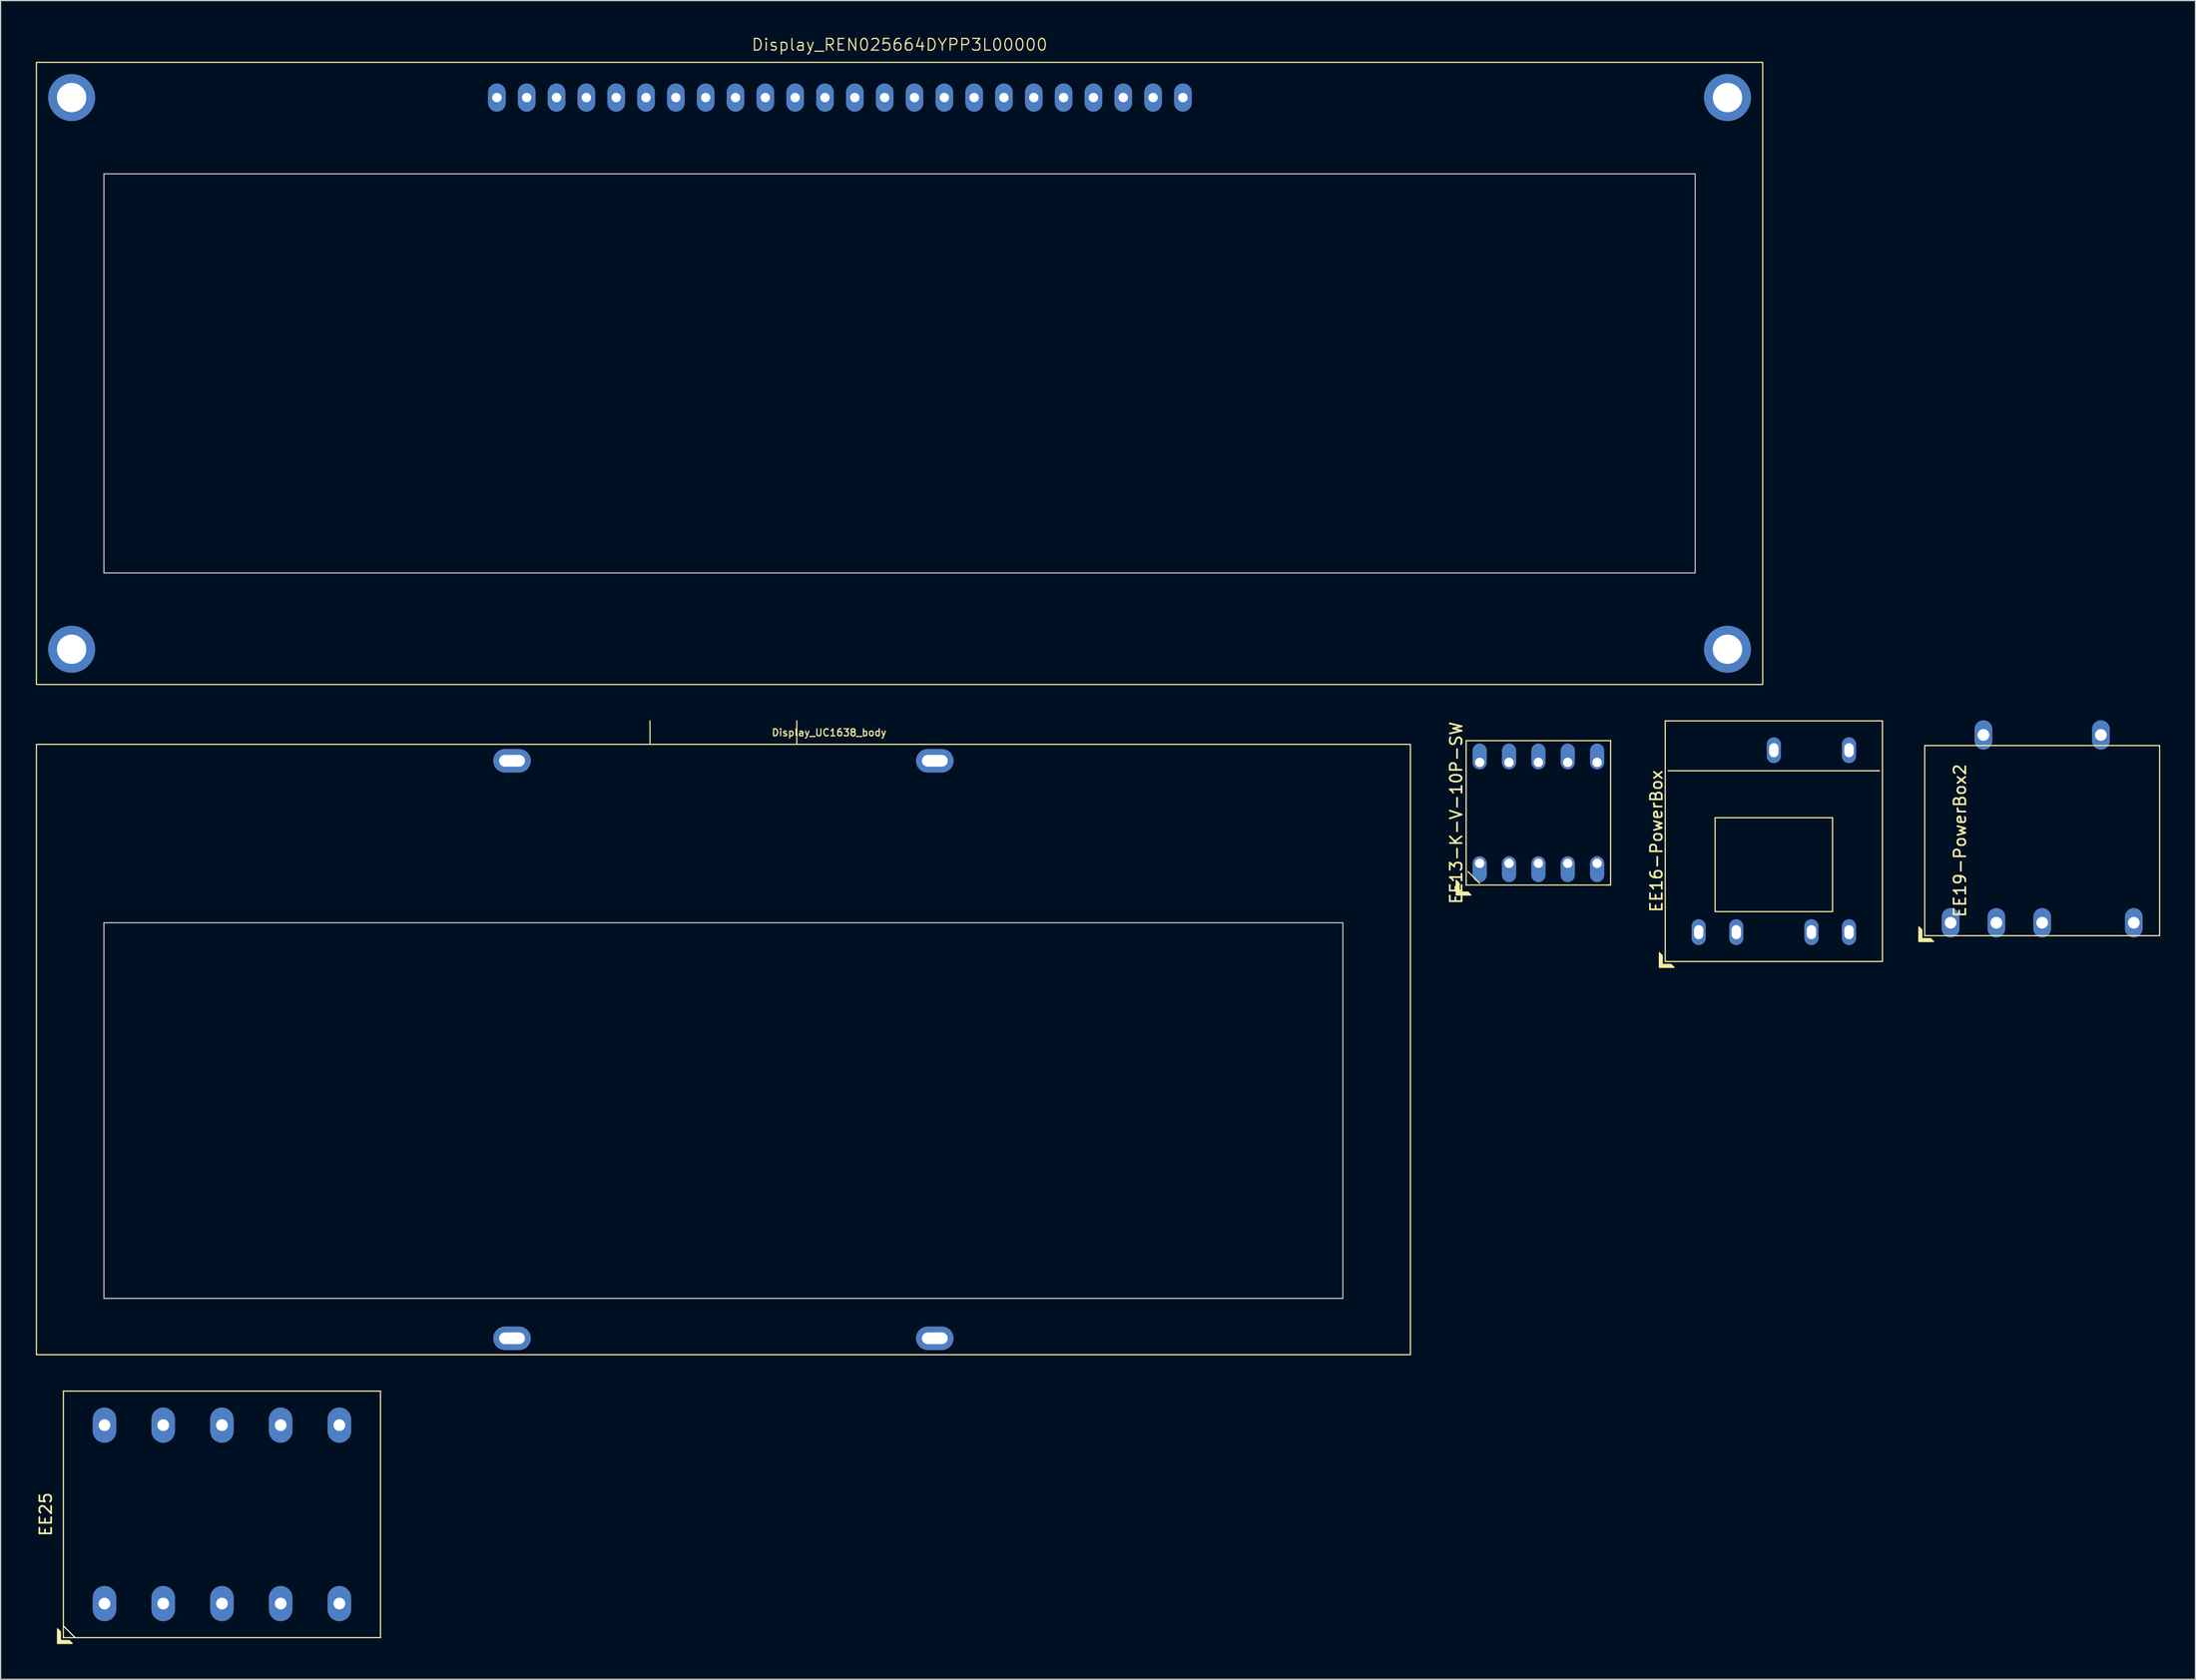
<source format=kicad_pcb>
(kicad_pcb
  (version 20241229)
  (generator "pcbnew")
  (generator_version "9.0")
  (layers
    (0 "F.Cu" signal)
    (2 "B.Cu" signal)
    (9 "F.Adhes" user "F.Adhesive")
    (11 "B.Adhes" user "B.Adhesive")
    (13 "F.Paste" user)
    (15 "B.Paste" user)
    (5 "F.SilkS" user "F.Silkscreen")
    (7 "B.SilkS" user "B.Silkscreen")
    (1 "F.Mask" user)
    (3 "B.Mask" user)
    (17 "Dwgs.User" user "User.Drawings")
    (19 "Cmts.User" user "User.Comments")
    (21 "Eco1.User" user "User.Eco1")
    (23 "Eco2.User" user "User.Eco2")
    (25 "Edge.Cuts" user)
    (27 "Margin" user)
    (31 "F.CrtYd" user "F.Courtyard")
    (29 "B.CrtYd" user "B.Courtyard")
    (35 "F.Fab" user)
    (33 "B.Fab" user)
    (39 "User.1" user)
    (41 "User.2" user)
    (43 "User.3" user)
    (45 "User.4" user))
  (footprint "Display_UC1638_body"
    (layer "F.Cu")
    (at 58.55 86.361)
    (property "Reference" "Display_UC1638_body" (at 9 -27 0) (unlocked yes) (layer "F.SilkS") (effects (font (size 0.6 0.6) (thickness 0.1))))
    (attr through_hole)
    (fp_line (start -6.25 -26) (end -6.25 -28) (stroke (width 0.1) (type default)) (layer "F.SilkS"))
    (fp_line (start 6.25 -26) (end 6.25 -28) (stroke (width 0.1) (type default)) (layer "F.SilkS"))
    (fp_rect (start -58.5 26) (end 58.5 -26) (stroke (width 0.1) (type default)) (fill no) (layer "F.SilkS"))
    (fp_rect (start -52.75 21.2) (end 52.75 -10.8) (stroke (width 0.1) (type default)) (fill no) (layer "Dwgs.User"))
    (pad "" thru_hole oval (at -18 24.6) (size 3.2 2) (drill oval 2.2 1) (layers "*.Cu" "*.Mask"))
    (pad "" thru_hole oval (at 18 24.6) (size 3.2 2) (drill oval 2.2 1) (layers "*.Cu" "*.Mask"))
    (pad "A" thru_hole oval (at 18 -24.6) (size 3.2 2) (drill oval 2.2 1) (layers "*.Cu" "*.Mask"))
    (pad "K" thru_hole oval (at -18 -24.6) (size 3.2 2) (drill oval 2.2 1) (layers "*.Cu" "*.Mask")))
  (footprint "Display_REN025664DYPP3L00000"
    (layer "F.Cu")
    (at 73.55 28.761)
    (property "Reference" "Display_REN025664DYPP3L00000" (at 0 -28 0) (unlocked yes) (layer "F.SilkS") (effects (font (size 1 1) (thickness 0.1))))
    (attr through_hole)
    (fp_rect (start -73.5 -26.5) (end 73.5 26.5) (stroke (width 0.1) (type default)) (fill no) (layer "F.SilkS"))
    (fp_rect (start -67.75 -17) (end 67.75 17) (stroke (width 0.1) (type default)) (fill no) (layer "Dwgs.User"))
    (pad "" np_thru_hole circle (at -70.5 -23.5) (size 4 4) (drill 2.5) (layers "*.Cu" "*.Mask"))
    (pad "" np_thru_hole circle (at -70.5 23.5) (size 4 4) (drill 2.5) (layers "*.Cu" "*.Mask"))
    (pad "" np_thru_hole circle (at 70.5 -23.5) (size 4 4) (drill 2.5) (layers "*.Cu" "*.Mask"))
    (pad "" np_thru_hole circle (at 70.5 23.5) (size 4 4) (drill 2.5) (layers "*.Cu" "*.Mask"))
    (pad "1" thru_hole oval (at 24.13 -23.5) (size 1.5 2.4) (drill 0.8) (layers "*.Cu" "*.Mask"))
    (pad "2" thru_hole oval (at 21.59 -23.5) (size 1.5 2.4) (drill 0.8) (layers "*.Cu" "*.Mask"))
    (pad "3" thru_hole oval (at 19.05 -23.5) (size 1.5 2.4) (drill 0.8) (layers "*.Cu" "*.Mask"))
    (pad "4" thru_hole oval (at 16.51 -23.5) (size 1.5 2.4) (drill 0.8) (layers "*.Cu" "*.Mask"))
    (pad "5" thru_hole oval (at 13.97 -23.5) (size 1.5 2.4) (drill 0.8) (layers "*.Cu" "*.Mask"))
    (pad "6" thru_hole oval (at 11.43 -23.5) (size 1.5 2.4) (drill 0.8) (layers "*.Cu" "*.Mask"))
    (pad "7" thru_hole oval (at 8.89 -23.5) (size 1.5 2.4) (drill 0.8) (layers "*.Cu" "*.Mask"))
    (pad "8" thru_hole oval (at 6.35 -23.5) (size 1.5 2.4) (drill 0.8) (layers "*.Cu" "*.Mask"))
    (pad "9" thru_hole oval (at 3.81 -23.5) (size 1.5 2.4) (drill 0.8) (layers "*.Cu" "*.Mask"))
    (pad "10" thru_hole oval (at 1.27 -23.5) (size 1.5 2.4) (drill 0.8) (layers "*.Cu" "*.Mask"))
    (pad "11" thru_hole oval (at -1.27 -23.5) (size 1.5 2.4) (drill 0.8) (layers "*.Cu" "*.Mask"))
    (pad "12" thru_hole oval (at -3.81 -23.5) (size 1.5 2.4) (drill 0.8) (layers "*.Cu" "*.Mask"))
    (pad "13" thru_hole oval (at -6.35 -23.5) (size 1.5 2.4) (drill 0.8) (layers "*.Cu" "*.Mask"))
    (pad "14" thru_hole oval (at -8.89 -23.5) (size 1.5 2.4) (drill 0.8) (layers "*.Cu" "*.Mask"))
    (pad "15" thru_hole oval (at -11.43 -23.5) (size 1.5 2.4) (drill 0.8) (layers "*.Cu" "*.Mask"))
    (pad "16" thru_hole oval (at -13.97 -23.5) (size 1.5 2.4) (drill 0.8) (layers "*.Cu" "*.Mask"))
    (pad "17" thru_hole oval (at -16.51 -23.5) (size 1.5 2.4) (drill 0.8) (layers "*.Cu" "*.Mask"))
    (pad "18" thru_hole oval (at -19.05 -23.5) (size 1.5 2.4) (drill 0.8) (layers "*.Cu" "*.Mask"))
    (pad "19" thru_hole oval (at -21.59 -23.5) (size 1.5 2.4) (drill 0.8) (layers "*.Cu" "*.Mask"))
    (pad "20" thru_hole oval (at -24.13 -23.5) (size 1.5 2.4) (drill 0.8) (layers "*.Cu" "*.Mask"))
    (pad "21" thru_hole oval (at -26.67 -23.5) (size 1.5 2.4) (drill 0.8) (layers "*.Cu" "*.Mask"))
    (pad "22" thru_hole oval (at -29.21 -23.5) (size 1.5 2.4) (drill 0.8) (layers "*.Cu" "*.Mask"))
    (pad "23" thru_hole oval (at -31.75 -23.5) (size 1.5 2.4) (drill 0.8) (layers "*.Cu" "*.Mask"))
    (pad "24" thru_hole oval (at -34.29 -23.5) (size 1.5 2.4) (drill 0.8) (layers "*.Cu" "*.Mask")))
  (footprint "EE13-K-V-10P-SW"
    (layer "F.Cu")
    (at 127.948 66.197)
    (property "Reference" "EE13-K-V-10P-SW" (at -7 0 90) (layer "F.SilkS") (effects (font (size 1 1) (thickness 0.15))))
    (attr through_hole)
    (fp_line (start -6.15 -6.15) (end -6.15 6.15) (stroke (width 0.1) (type solid)) (layer "F.SilkS"))
    (fp_line (start -6.15 6.15) (end 6.15 6.15) (stroke (width 0.1) (type solid)) (layer "F.SilkS"))
    (fp_line (start -6 5) (end -5 6) (stroke (width 0.1) (type solid)) (layer "F.SilkS"))
    (fp_line (start 6.15 -6.15) (end -6.15 -6.15) (stroke (width 0.1) (type solid)) (layer "F.SilkS"))
    (fp_line (start 6.15 6.15) (end 6.15 -6.15) (stroke (width 0.1) (type solid)) (layer "F.SilkS"))
    (fp_poly (pts (xy -6.75 6) (xy -6.75 6.75) (xy -6 6.75) (xy -5.75 7) (xy -7 7) (xy -7 5.75)) (stroke (width 0.1) (type solid)) (fill yes) (layer "F.SilkS"))
    (pad "1" thru_hole oval (at -5 4.3) (size 1.2 2.2) (drill 0.8 (offset 0 0.5)) (layers "*.Cu" "*.Mask"))
    (pad "2" thru_hole oval (at -2.5 4.3) (size 1.2 2.2) (drill 0.8 (offset 0 0.5)) (layers "*.Cu" "*.Mask"))
    (pad "3" thru_hole oval (at 0 4.3) (size 1.2 2.2) (drill 0.8 (offset 0 0.5)) (layers "*.Cu" "*.Mask"))
    (pad "4" thru_hole oval (at 2.5 4.3) (size 1.2 2.2) (drill 0.8 (offset 0 0.5)) (layers "*.Cu" "*.Mask"))
    (pad "5" thru_hole oval (at 5 4.3) (size 1.2 2.2) (drill 0.8 (offset 0 0.5)) (layers "*.Cu" "*.Mask"))
    (pad "6" thru_hole oval (at 5 -4.3 180) (size 1.2 2.2) (drill 0.8 (offset 0 0.5)) (layers "*.Cu" "*.Mask"))
    (pad "7" thru_hole oval (at 2.5 -4.3 180) (size 1.2 2.2) (drill 0.8 (offset 0 0.5)) (layers "*.Cu" "*.Mask"))
    (pad "8" thru_hole oval (at 0 -4.3 180) (size 1.2 2.2) (drill 0.8 (offset 0 0.5)) (layers "*.Cu" "*.Mask"))
    (pad "9" thru_hole oval (at -2.5 -4.3 180) (size 1.2 2.2) (drill 0.8 (offset 0 0.5)) (layers "*.Cu" "*.Mask"))
    (pad "10" thru_hole oval (at -5 -4.3 180) (size 1.2 2.2) (drill 0.8 (offset 0 0.5)) (layers "*.Cu" "*.Mask")))
  (footprint "EE25"
    (layer "F.Cu")
    (at 15.848 125.96)
    (property "Reference" "EE25" (at -15 0 90) (layer "F.SilkS") (effects (font (size 1 1) (thickness 0.15))))
    (attr through_hole)
    (fp_line (start -13.5 -10.5) (end -13.5 10.5) (stroke (width 0.1) (type solid)) (layer "F.SilkS"))
    (fp_line (start -13.5 9.5) (end -12.5 10.5) (stroke (width 0.1) (type solid)) (layer "F.SilkS"))
    (fp_line (start -13.5 10.5) (end 13.5 10.5) (stroke (width 0.1) (type solid)) (layer "F.SilkS"))
    (fp_line (start 13.5 -10.5) (end -13.5 -10.5) (stroke (width 0.1) (type solid)) (layer "F.SilkS"))
    (fp_line (start 13.5 10.5) (end 13.5 -10.5) (stroke (width 0.1) (type solid)) (layer "F.SilkS"))
    (fp_poly (pts (xy -13.75 10) (xy -13.75 10.75) (xy -13 10.75) (xy -12.75 11) (xy -14 11) (xy -14 9.75)) (stroke (width 0.1) (type solid)) (fill yes) (layer "F.SilkS"))
    (pad "1" thru_hole oval (at -10 7.6) (size 2 3) (drill 1) (layers "*.Cu" "*.Mask"))
    (pad "2" thru_hole oval (at -5 7.6) (size 2 3) (drill 1) (layers "*.Cu" "*.Mask"))
    (pad "3" thru_hole oval (at 0 7.6) (size 2 3) (drill 1) (layers "*.Cu" "*.Mask"))
    (pad "4" thru_hole oval (at 5 7.6) (size 2 3) (drill 1) (layers "*.Cu" "*.Mask"))
    (pad "5" thru_hole oval (at 10 7.6) (size 2 3) (drill 1) (layers "*.Cu" "*.Mask"))
    (pad "6" thru_hole oval (at 10 -7.6) (size 2 3) (drill 1) (layers "*.Cu" "*.Mask"))
    (pad "7" thru_hole oval (at 5 -7.6) (size 2 3) (drill 1) (layers "*.Cu" "*.Mask"))
    (pad "8" thru_hole oval (at 0 -7.6) (size 2 3) (drill 1) (layers "*.Cu" "*.Mask"))
    (pad "9" thru_hole oval (at -5 -7.6) (size 2 3) (drill 1) (layers "*.Cu" "*.Mask"))
    (pad "10" thru_hole oval (at -10 -7.6) (size 2 3) (drill 1) (layers "*.Cu" "*.Mask")))
  (footprint "EE19-PowerBox2"
    (layer "F.Cu")
    (at 170.846 68.561)
    (property "Reference" "EE19-PowerBox2" (at -7 0 90) (layer "F.SilkS") (effects (font (size 1 1) (thickness 0.15))))
    (attr through_hole)
    (fp_rect (start -10 -8.1) (end 10 8.1) (stroke (width 0.1) (type solid)) (fill no) (layer "F.SilkS"))
    (fp_poly (pts (xy -10.25 7.6) (xy -10.25 8.35) (xy -9.5 8.35) (xy -9.25 8.6) (xy -10.5 8.6) (xy -10.5 7.35)) (stroke (width 0.1) (type solid)) (fill yes) (layer "F.SilkS"))
    (pad "1" thru_hole oval (at -7.8 7 180) (size 1.5 2.5) (drill 1) (layers "*.Cu" "*.Mask"))
    (pad "2" thru_hole oval (at -3.9 7 180) (size 1.5 2.5) (drill 1) (layers "*.Cu" "*.Mask"))
    (pad "3" thru_hole oval (at 0 7 180) (size 1.5 2.5) (drill 1) (layers "*.Cu" "*.Mask"))
    (pad "5" thru_hole oval (at 7.8 7 180) (size 1.5 2.5) (drill 1) (layers "*.Cu" "*.Mask"))
    (pad "A" thru_hole oval (at -5 -9 180) (size 1.5 2.5) (drill 1) (layers "*.Cu" "*.Mask"))
    (pad "B" thru_hole oval (at 5 -9 180) (size 1.5 2.5) (drill 1) (layers "*.Cu" "*.Mask")))
  (footprint "EE16-PowerBox"
    (layer "F.Cu")
    (at 147.996 68.611)
    (property "Reference" "EE16-PowerBox" (at -10 0 90) (layer "F.SilkS") (effects (font (size 1 1) (thickness 0.15))))
    (attr through_hole)
    (fp_line (start -9.25 -10.25) (end -9.25 10.25) (stroke (width 0.1) (type solid)) (layer "F.SilkS"))
    (fp_line (start -9.25 10.25) (end 9.25 10.25) (stroke (width 0.1) (type solid)) (layer "F.SilkS"))
    (fp_line (start -9 -6) (end 9 -6) (stroke (width 0.1) (type solid)) (layer "F.SilkS"))
    (fp_line (start 9.25 -10.25) (end -9.25 -10.25) (stroke (width 0.1) (type solid)) (layer "F.SilkS"))
    (fp_line (start 9.25 10.25) (end 9.25 -10.25) (stroke (width 0.1) (type solid)) (layer "F.SilkS"))
    (fp_rect (start -5 -2) (end 5 6) (stroke (width 0.1) (type solid)) (fill no) (layer "F.SilkS"))
    (fp_poly (pts (xy -9.5 9.75) (xy -9.5 10.5) (xy -8.75 10.5) (xy -8.5 10.75) (xy -9.75 10.75) (xy -9.75 9.5)) (stroke (width 0.1) (type solid)) (fill yes) (layer "F.SilkS"))
    (pad "1" thru_hole oval (at -6.4 7.75 180) (size 1.2 2.2) (drill oval 0.8 1.2) (layers "*.Cu" "*.Mask"))
    (pad "2" thru_hole oval (at -3.2 7.75 180) (size 1.2 2.2) (drill oval 0.8 1.2) (layers "*.Cu" "*.Mask"))
    (pad "4" thru_hole oval (at 3.2 7.75 180) (size 1.2 2.2) (drill oval 0.8 1.2) (layers "*.Cu" "*.Mask"))
    (pad "5" thru_hole oval (at 6.4 7.75 180) (size 1.2 2.2) (drill oval 0.8 1.2) (layers "*.Cu" "*.Mask"))
    (pad "6" thru_hole oval (at 6.4 -7.75 180) (size 1.2 2.2) (drill oval 0.8 1.2) (layers "*.Cu" "*.Mask"))
    (pad "8" thru_hole oval (at 0 -7.75 180) (size 1.2 2.2) (drill oval 0.8 1.2) (layers "*.Cu" "*.Mask")))
  (gr_rect
    (start -3 -3)
    (end 183.897 140.011)
    (stroke (width 0.1) (type default))
    (fill no)
    (layer "Edge.Cuts")))
</source>
